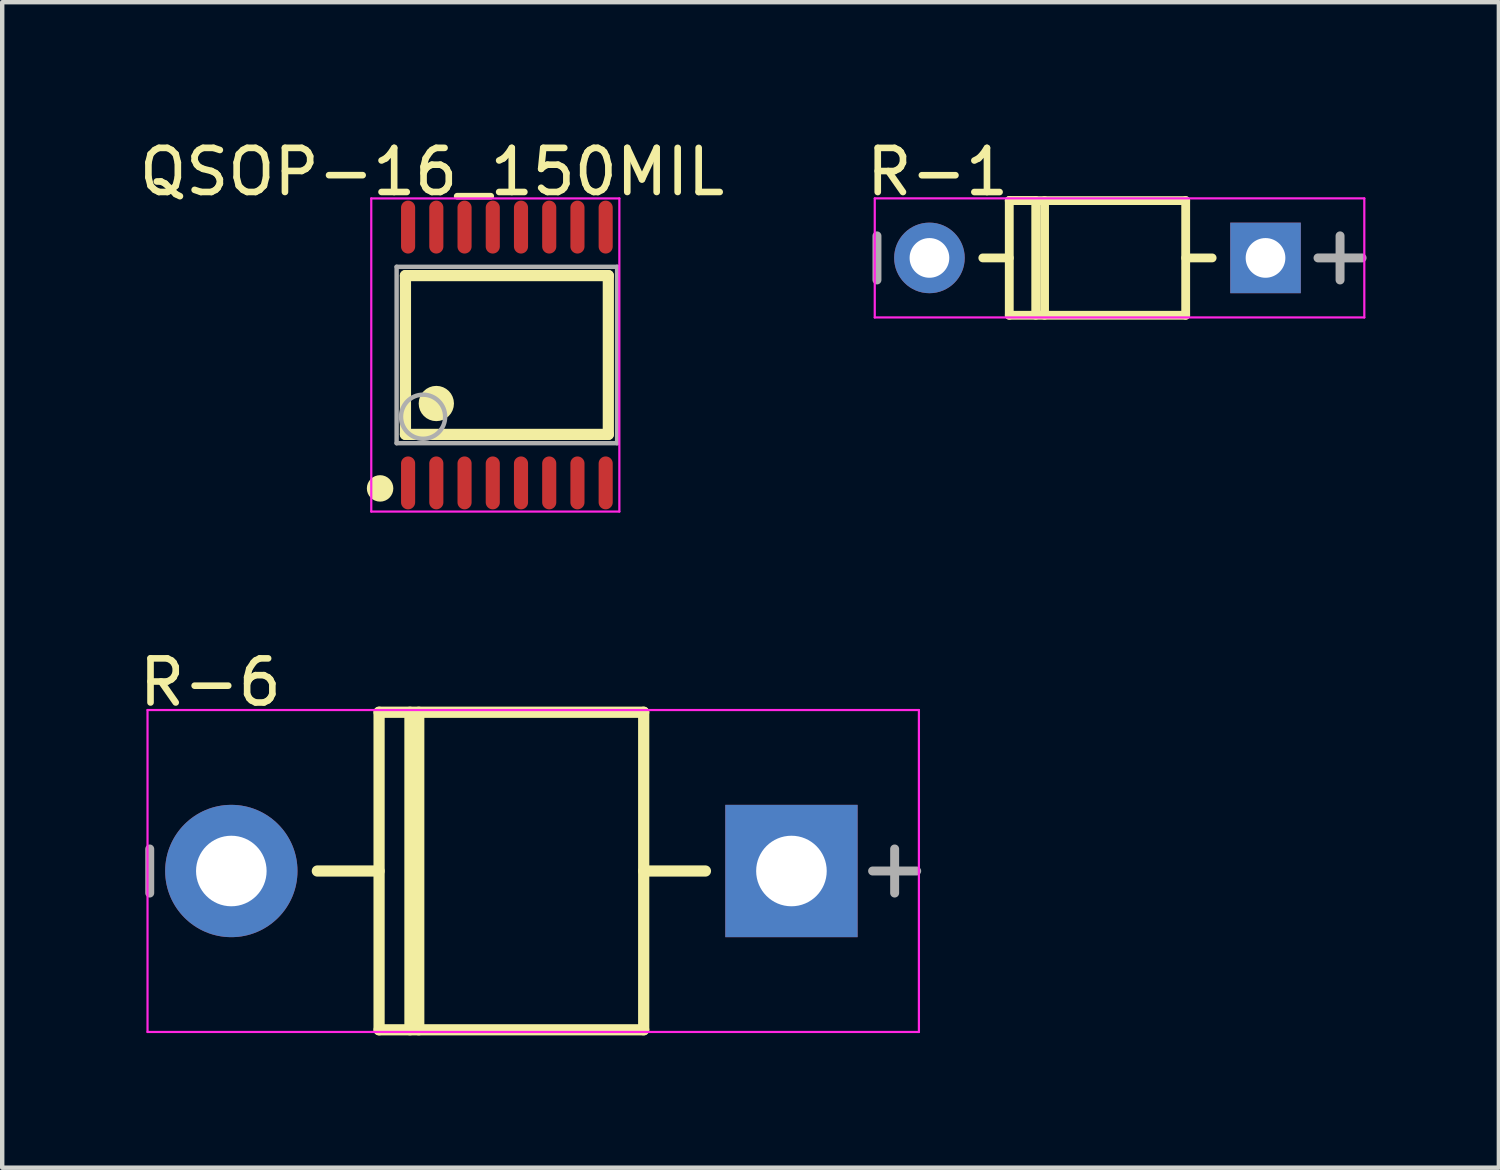
<source format=kicad_pcb>
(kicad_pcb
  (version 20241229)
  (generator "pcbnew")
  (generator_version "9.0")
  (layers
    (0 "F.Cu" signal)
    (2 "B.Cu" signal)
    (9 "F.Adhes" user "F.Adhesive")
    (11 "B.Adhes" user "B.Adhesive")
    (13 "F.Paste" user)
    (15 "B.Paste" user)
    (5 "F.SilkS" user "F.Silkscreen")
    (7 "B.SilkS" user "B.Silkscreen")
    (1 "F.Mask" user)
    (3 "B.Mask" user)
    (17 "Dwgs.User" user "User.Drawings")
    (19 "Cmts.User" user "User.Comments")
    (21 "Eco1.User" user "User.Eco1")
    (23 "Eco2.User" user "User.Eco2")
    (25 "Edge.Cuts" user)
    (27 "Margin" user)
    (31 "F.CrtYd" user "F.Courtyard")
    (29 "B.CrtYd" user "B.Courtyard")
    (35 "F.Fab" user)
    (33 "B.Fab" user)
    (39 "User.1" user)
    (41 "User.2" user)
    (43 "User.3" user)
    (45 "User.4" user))
  (footprint "QSOP-16_150MIL"
    (layer "F.Cu")
    (at 8.443 4.999)
    (property "Reference" "QSOP-16_150MIL" (at -1.699 -4.151 0) (layer "F.SilkS") (effects (font (size 1 1) (thickness 0.15))))
    (attr through_hole)
    (fp_line (start -2.3 -1.8) (end 2.3 -1.8) (stroke (width 0.254) (type solid)) (layer "F.SilkS"))
    (fp_line (start -2.3 1.8) (end -2.3 -1.8) (stroke (width 0.254) (type solid)) (layer "F.SilkS"))
    (fp_line (start -2.3 1.8) (end 2.3 1.8) (stroke (width 0.254) (type solid)) (layer "F.SilkS"))
    (fp_line (start 2.3 1.8) (end 2.3 -1.8) (stroke (width 0.254) (type solid)) (layer "F.SilkS"))
    (fp_circle (center -2.875 3.025) (end -2.725 3.025) (stroke (width 0.3) (type solid)) (fill no) (layer "F.SilkS"))
    (fp_circle (center -1.6 1.1) (end -1.4 1.1) (stroke (width 0.4) (type solid)) (fill no) (layer "F.SilkS"))
    (fp_line (start -3.075 -3.55) (end 2.55 -3.55) (stroke (width 0.05) (type solid)) (layer "F.CrtYd"))
    (fp_line (start -3.075 3.55) (end -3.075 -3.55) (stroke (width 0.05) (type solid)) (layer "F.CrtYd"))
    (fp_line (start 2.55 -3.55) (end 2.55 3.55) (stroke (width 0.05) (type solid)) (layer "F.CrtYd"))
    (fp_line (start 2.55 3.55) (end -3.075 3.55) (stroke (width 0.05) (type solid)) (layer "F.CrtYd"))
    (fp_line (start -2.5 -2) (end 2.5 -2) (stroke (width 0.1) (type solid)) (layer "F.Fab"))
    (fp_line (start -2.5 2) (end -2.5 -2) (stroke (width 0.1) (type solid)) (layer "F.Fab"))
    (fp_line (start -2.5 2) (end 2.5 2) (stroke (width 0.1) (type solid)) (layer "F.Fab"))
    (fp_line (start 2.5 2) (end 2.5 -2) (stroke (width 0.1) (type solid)) (layer "F.Fab"))
    (fp_circle (center -1.9 1.4) (end -1.4 1.4) (stroke (width 0.1) (type solid)) (fill no) (layer "F.Fab"))
    (pad "1" smd oval (at -2.24 2.9) (size 0.32 1.2) (layers "F.Cu" "F.Mask" "F.Paste"))
    (pad "2" smd oval (at -1.6 2.9) (size 0.32 1.2) (layers "F.Cu" "F.Mask" "F.Paste"))
    (pad "3" smd oval (at -0.96 2.9) (size 0.32 1.2) (layers "F.Cu" "F.Mask" "F.Paste"))
    (pad "4" smd oval (at -0.32 2.9) (size 0.32 1.2) (layers "F.Cu" "F.Mask" "F.Paste"))
    (pad "5" smd oval (at 0.32 2.9) (size 0.32 1.2) (layers "F.Cu" "F.Mask" "F.Paste"))
    (pad "6" smd oval (at 0.96 2.9) (size 0.32 1.2) (layers "F.Cu" "F.Mask" "F.Paste"))
    (pad "7" smd oval (at 1.6 2.9) (size 0.32 1.2) (layers "F.Cu" "F.Mask" "F.Paste"))
    (pad "8" smd oval (at 2.24 2.9) (size 0.32 1.2) (layers "F.Cu" "F.Mask" "F.Paste"))
    (pad "9" smd oval (at 2.24 -2.9 180) (size 0.32 1.2) (layers "F.Cu" "F.Mask" "F.Paste"))
    (pad "10" smd oval (at 1.6 -2.9 180) (size 0.32 1.2) (layers "F.Cu" "F.Mask" "F.Paste"))
    (pad "11" smd oval (at 0.96 -2.9 180) (size 0.32 1.2) (layers "F.Cu" "F.Mask" "F.Paste"))
    (pad "12" smd oval (at 0.32 -2.9 180) (size 0.32 1.2) (layers "F.Cu" "F.Mask" "F.Paste"))
    (pad "13" smd oval (at -0.32 -2.9 180) (size 0.32 1.2) (layers "F.Cu" "F.Mask" "F.Paste"))
    (pad "14" smd oval (at -0.96 -2.9 180) (size 0.32 1.2) (layers "F.Cu" "F.Mask" "F.Paste"))
    (pad "15" smd oval (at -1.6 -2.9 180) (size 0.32 1.2) (layers "F.Cu" "F.Mask" "F.Paste"))
    (pad "16" smd oval (at -2.24 -2.9 180) (size 0.32 1.2) (layers "F.Cu" "F.Mask" "F.Paste")))
  (footprint "R-6"
    (layer "F.Cu")
    (at 8.545 16.699)
    (property "Reference" "R-6" (at -6.825 -4.276 0) (layer "F.SilkS") (effects (font (size 1 1) (thickness 0.15))))
    (attr through_hole)
    (fp_line (start -4.4 0) (end -3 0) (stroke (width 0.254) (type solid)) (layer "F.SilkS"))
    (fp_line (start -3 -3.6) (end 3 -3.6) (stroke (width 0.254) (type solid)) (layer "F.SilkS"))
    (fp_line (start -3 3.6) (end -3 -3.6) (stroke (width 0.254) (type solid)) (layer "F.SilkS"))
    (fp_line (start -3 3.6) (end 3 3.6) (stroke (width 0.254) (type solid)) (layer "F.SilkS"))
    (fp_line (start -2.3 3.6) (end -2.3 -3.6) (stroke (width 0.254) (type solid)) (layer "F.SilkS"))
    (fp_line (start -2.1 3.6) (end -2.1 -3.6) (stroke (width 0.254) (type solid)) (layer "F.SilkS"))
    (fp_line (start 3 0) (end 4.4 0) (stroke (width 0.254) (type solid)) (layer "F.SilkS"))
    (fp_line (start 3 3.6) (end 3 -3.6) (stroke (width 0.254) (type solid)) (layer "F.SilkS"))
    (fp_line (start -8.25 -3.65) (end 9.24 -3.65) (stroke (width 0.05) (type solid)) (layer "F.CrtYd"))
    (fp_line (start -8.25 3.65) (end -8.25 -3.65) (stroke (width 0.05) (type solid)) (layer "F.CrtYd"))
    (fp_line (start 9.24 -3.65) (end 9.24 3.65) (stroke (width 0.05) (type solid)) (layer "F.CrtYd"))
    (fp_line (start 9.24 3.65) (end -8.25 3.65) (stroke (width 0.05) (type solid)) (layer "F.CrtYd"))
    (fp_line (start -8.2 0.5) (end -8.2 -0.5) (stroke (width 0.203) (type solid)) (layer "F.Fab"))
    (fp_line (start 8.19 0) (end 9.19 0) (stroke (width 0.203) (type solid)) (layer "F.Fab"))
    (fp_line (start 8.69 0.5) (end 8.69 -0.5) (stroke (width 0.203) (type solid)) (layer "F.Fab"))
    (pad "1" thru_hole rect (at 6.35 0) (size 3 3) (drill 1.6) (layers "*.Cu" "*.Mask"))
    (pad "2" thru_hole oval (at -6.35 0) (size 3 3) (drill 1.6) (layers "*.Cu" "*.Mask")))
  (footprint "R-1"
    (layer "F.Cu")
    (at 21.834 2.798)
    (property "Reference" "R-1" (at -3.625 -1.949 0) (layer "F.SilkS") (effects (font (size 1 1) (thickness 0.15))))
    (attr through_hole)
    (fp_line (start -2.6 0) (end -2 0) (stroke (width 0.2) (type solid)) (layer "F.SilkS"))
    (fp_line (start -2 -1.3) (end -1.4 -1.3) (stroke (width 0.2) (type solid)) (layer "F.SilkS"))
    (fp_line (start -2 -1.3) (end 2 -1.3) (stroke (width 0.2) (type solid)) (layer "F.SilkS"))
    (fp_line (start -2 1.3) (end -2 -1.3) (stroke (width 0.2) (type solid)) (layer "F.SilkS"))
    (fp_line (start -2 1.3) (end 2 1.3) (stroke (width 0.2) (type solid)) (layer "F.SilkS"))
    (fp_line (start -1.4 1.3) (end -1.4 -1.3) (stroke (width 0.2) (type solid)) (layer "F.SilkS"))
    (fp_line (start -1.2 1.3) (end -1.2 -1.3) (stroke (width 0.2) (type solid)) (layer "F.SilkS"))
    (fp_line (start 2 0) (end 2.6 0) (stroke (width 0.2) (type solid)) (layer "F.SilkS"))
    (fp_line (start 2 1.3) (end 2 -1.3) (stroke (width 0.2) (type solid)) (layer "F.SilkS"))
    (fp_line (start -5.05 -1.35) (end 6.05 -1.35) (stroke (width 0.05) (type solid)) (layer "F.CrtYd"))
    (fp_line (start -5.05 1.35) (end -5.05 -1.35) (stroke (width 0.05) (type solid)) (layer "F.CrtYd"))
    (fp_line (start 6.05 -1.35) (end 6.05 1.35) (stroke (width 0.05) (type solid)) (layer "F.CrtYd"))
    (fp_line (start 6.05 1.35) (end -5.05 1.35) (stroke (width 0.05) (type solid)) (layer "F.CrtYd"))
    (fp_line (start -5 0.5) (end -5 -0.5) (stroke (width 0.203) (type solid)) (layer "F.Fab"))
    (fp_line (start 5 0) (end 6 0) (stroke (width 0.203) (type solid)) (layer "F.Fab"))
    (fp_line (start 5.5 0.5) (end 5.5 -0.5) (stroke (width 0.203) (type solid)) (layer "F.Fab"))
    (pad "1" thru_hole rect (at 3.81 0) (size 1.6 1.6) (drill 0.9) (layers "*.Cu" "*.Mask"))
    (pad "2" thru_hole oval (at -3.81 0) (size 1.6 1.6) (drill 0.9) (layers "*.Cu" "*.Mask")))
  (gr_rect
    (start -3 -3)
    (end 30.935 23.426)
    (stroke (width 0.1) (type default))
    (fill no)
    (layer "Edge.Cuts")))
</source>
